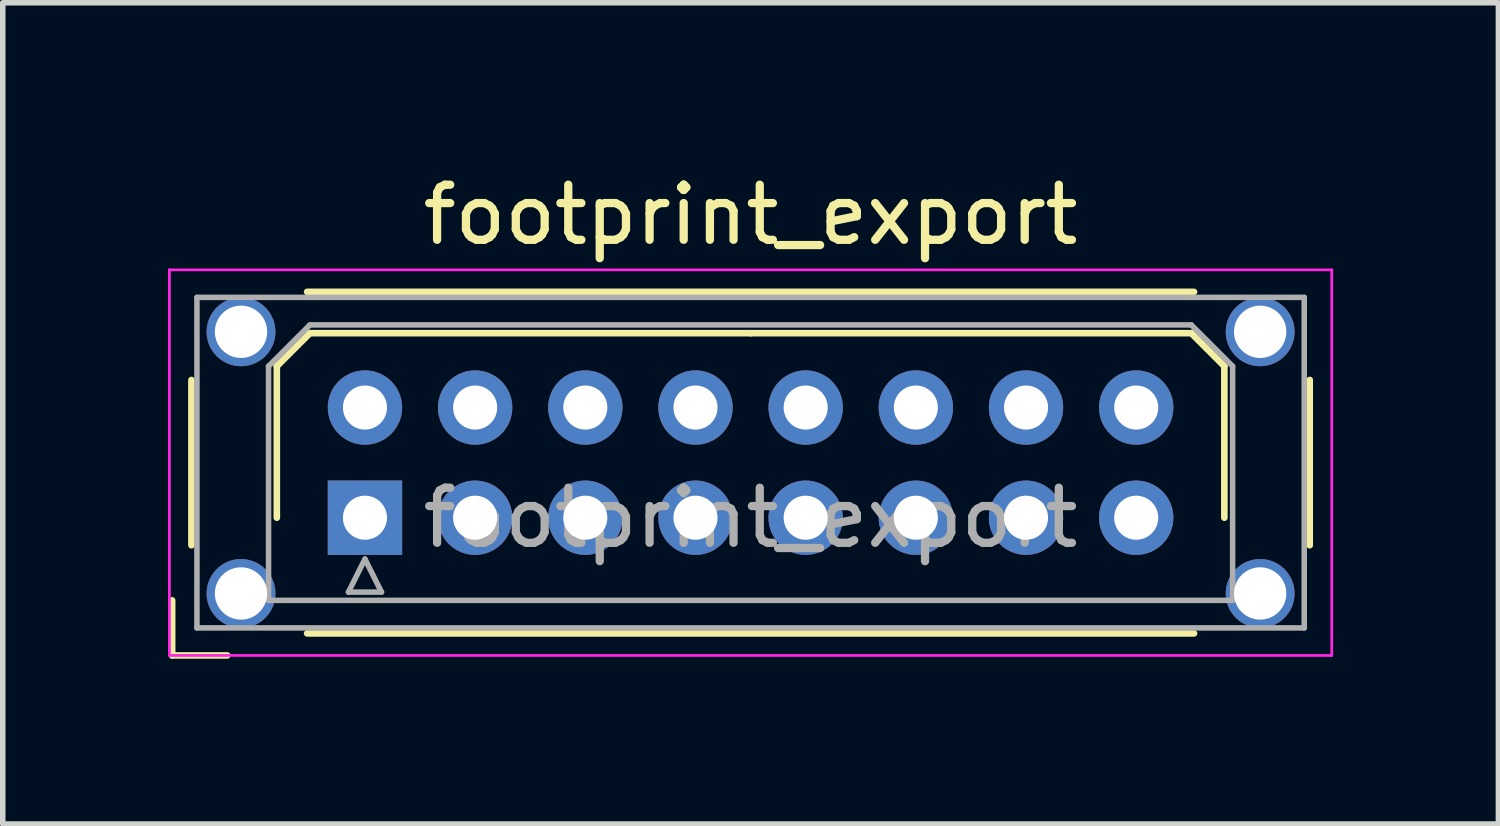
<source format=kicad_pcb>
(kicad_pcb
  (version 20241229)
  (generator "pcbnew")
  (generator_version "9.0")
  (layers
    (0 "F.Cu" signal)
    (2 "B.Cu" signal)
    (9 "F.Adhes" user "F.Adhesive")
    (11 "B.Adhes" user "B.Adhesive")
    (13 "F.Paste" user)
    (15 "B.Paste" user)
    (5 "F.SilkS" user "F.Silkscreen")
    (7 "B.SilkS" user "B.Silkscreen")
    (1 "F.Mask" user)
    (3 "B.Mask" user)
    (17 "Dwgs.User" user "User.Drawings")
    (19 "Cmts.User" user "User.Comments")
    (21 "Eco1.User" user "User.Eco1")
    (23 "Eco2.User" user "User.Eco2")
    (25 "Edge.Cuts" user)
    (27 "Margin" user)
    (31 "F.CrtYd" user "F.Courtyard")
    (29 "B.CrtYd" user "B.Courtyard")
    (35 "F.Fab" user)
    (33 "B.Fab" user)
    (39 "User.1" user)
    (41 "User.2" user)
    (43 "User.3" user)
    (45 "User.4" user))
  (footprint "footprint_export"
    (layer "F.Cu")
    (at 3.575 6.348)
    (property "Reference" "footprint_export" (at 7 -5.5 0) (layer "F.SilkS") (effects (font (size 1 1) (thickness 0.15))))
    (attr through_hole)
    (fp_line (start -3.5 1.5) (end -3.5 2.5) (stroke (width 0.12) (type solid)) (layer "F.SilkS"))
    (fp_line (start -3.5 2.5) (end -2.5 2.5) (stroke (width 0.12) (type solid)) (layer "F.SilkS"))
    (fp_line (start -3.15 -2.5) (end -3.15 0.5) (stroke (width 0.12) (type solid)) (layer "F.SilkS"))
    (fp_line (start -1.6 -2.75) (end -1 -3.35) (stroke (width 0.12) (type solid)) (layer "F.SilkS"))
    (fp_line (start -1.6 0) (end -1.6 -2.75) (stroke (width 0.12) (type solid)) (layer "F.SilkS"))
    (fp_line (start -1.05 -4.1) (end 15.05 -4.1) (stroke (width 0.12) (type solid)) (layer "F.SilkS"))
    (fp_line (start -1.05 2.1) (end 15.05 2.1) (stroke (width 0.12) (type solid)) (layer "F.SilkS"))
    (fp_line (start -1 -3.35) (end 7 -3.35) (stroke (width 0.12) (type solid)) (layer "F.SilkS"))
    (fp_line (start 15 -3.35) (end 7 -3.35) (stroke (width 0.12) (type solid)) (layer "F.SilkS"))
    (fp_line (start 15.6 -2.75) (end 15 -3.35) (stroke (width 0.12) (type solid)) (layer "F.SilkS"))
    (fp_line (start 15.6 0) (end 15.6 -2.75) (stroke (width 0.12) (type solid)) (layer "F.SilkS"))
    (fp_line (start 17.15 -2.5) (end 17.15 0.5) (stroke (width 0.12) (type solid)) (layer "F.SilkS"))
    (fp_line (start -3.55 -4.5) (end -3.55 2.5) (stroke (width 0.05) (type solid)) (layer "F.CrtYd"))
    (fp_line (start -3.55 2.5) (end 17.55 2.5) (stroke (width 0.05) (type solid)) (layer "F.CrtYd"))
    (fp_line (start 17.55 -4.5) (end -3.55 -4.5) (stroke (width 0.05) (type solid)) (layer "F.CrtYd"))
    (fp_line (start 17.55 2.5) (end 17.55 -4.5) (stroke (width 0.05) (type solid)) (layer "F.CrtYd"))
    (fp_line (start -3.05 -4) (end -3.05 2) (stroke (width 0.1) (type solid)) (layer "F.Fab"))
    (fp_line (start -3.05 2) (end 17.05 2) (stroke (width 0.1) (type solid)) (layer "F.Fab"))
    (fp_line (start -1.75 -2.75) (end -1 -3.5) (stroke (width 0.1) (type solid)) (layer "F.Fab"))
    (fp_line (start -1.75 1.5) (end -1.75 -2.75) (stroke (width 0.1) (type solid)) (layer "F.Fab"))
    (fp_line (start -1 -3.5) (end 15 -3.5) (stroke (width 0.1) (type solid)) (layer "F.Fab"))
    (fp_line (start -0.3 1.35) (end 0.3 1.35) (stroke (width 0.1) (type solid)) (layer "F.Fab"))
    (fp_line (start 0 0.75) (end -0.3 1.35) (stroke (width 0.1) (type solid)) (layer "F.Fab"))
    (fp_line (start 0.3 1.35) (end 0 0.75) (stroke (width 0.1) (type solid)) (layer "F.Fab"))
    (fp_line (start 15 -3.5) (end 15.75 -2.75) (stroke (width 0.1) (type solid)) (layer "F.Fab"))
    (fp_line (start 15.75 -2.75) (end 15.75 1.5) (stroke (width 0.1) (type solid)) (layer "F.Fab"))
    (fp_line (start 15.75 1.5) (end -1.75 1.5) (stroke (width 0.1) (type solid)) (layer "F.Fab"))
    (fp_line (start 17.05 -4) (end -3.05 -4) (stroke (width 0.1) (type solid)) (layer "F.Fab"))
    (fp_line (start 17.05 2) (end 17.05 -4) (stroke (width 0.1) (type solid)) (layer "F.Fab"))
    (fp_text user "${REFERENCE}" (at 7 0 0) (layer "F.Fab") (effects (font (size 1 1) (thickness 0.15))))
    (pad "" thru_hole circle (at -2.25 -3.375) (size 1.25 1.25) (drill 0.95) (layers "*.Cu" "*.Mask"))
    (pad "" thru_hole circle (at -2.25 1.375) (size 1.25 1.25) (drill 0.95) (layers "*.Cu" "*.Mask"))
    (pad "" thru_hole circle (at 16.25 -3.375) (size 1.25 1.25) (drill 0.95) (layers "*.Cu" "*.Mask"))
    (pad "" thru_hole circle (at 16.25 1.375) (size 1.25 1.25) (drill 0.95) (layers "*.Cu" "*.Mask"))
    (pad "1" thru_hole rect (at 0 0) (size 1.35 1.35) (drill 0.8) (layers "*.Cu" "*.Mask"))
    (pad "2" thru_hole circle (at 0 -2) (size 1.35 1.35) (drill 0.8) (layers "*.Cu" "*.Mask"))
    (pad "3" thru_hole circle (at 2 0) (size 1.35 1.35) (drill 0.8) (layers "*.Cu" "*.Mask"))
    (pad "4" thru_hole circle (at 2 -2) (size 1.35 1.35) (drill 0.8) (layers "*.Cu" "*.Mask"))
    (pad "5" thru_hole circle (at 4 0) (size 1.35 1.35) (drill 0.8) (layers "*.Cu" "*.Mask"))
    (pad "6" thru_hole circle (at 4 -2) (size 1.35 1.35) (drill 0.8) (layers "*.Cu" "*.Mask"))
    (pad "7" thru_hole circle (at 6 0) (size 1.35 1.35) (drill 0.8) (layers "*.Cu" "*.Mask"))
    (pad "8" thru_hole circle (at 6 -2) (size 1.35 1.35) (drill 0.8) (layers "*.Cu" "*.Mask"))
    (pad "9" thru_hole circle (at 8 0) (size 1.35 1.35) (drill 0.8) (layers "*.Cu" "*.Mask"))
    (pad "10" thru_hole circle (at 8 -2) (size 1.35 1.35) (drill 0.8) (layers "*.Cu" "*.Mask"))
    (pad "11" thru_hole circle (at 10 0) (size 1.35 1.35) (drill 0.8) (layers "*.Cu" "*.Mask"))
    (pad "12" thru_hole circle (at 10 -2) (size 1.35 1.35) (drill 0.8) (layers "*.Cu" "*.Mask"))
    (pad "13" thru_hole circle (at 12 0) (size 1.35 1.35) (drill 0.8) (layers "*.Cu" "*.Mask"))
    (pad "14" thru_hole circle (at 12 -2) (size 1.35 1.35) (drill 0.8) (layers "*.Cu" "*.Mask"))
    (pad "15" thru_hole circle (at 14 0) (size 1.35 1.35) (drill 0.8) (layers "*.Cu" "*.Mask"))
    (pad "16" thru_hole circle (at 14 -2) (size 1.35 1.35) (drill 0.8) (layers "*.Cu" "*.Mask")))
  (gr_rect
    (start -3 -3)
    (end 24.15 11.908)
    (stroke (width 0.1) (type default))
    (fill no)
    (layer "Edge.Cuts")))
</source>
